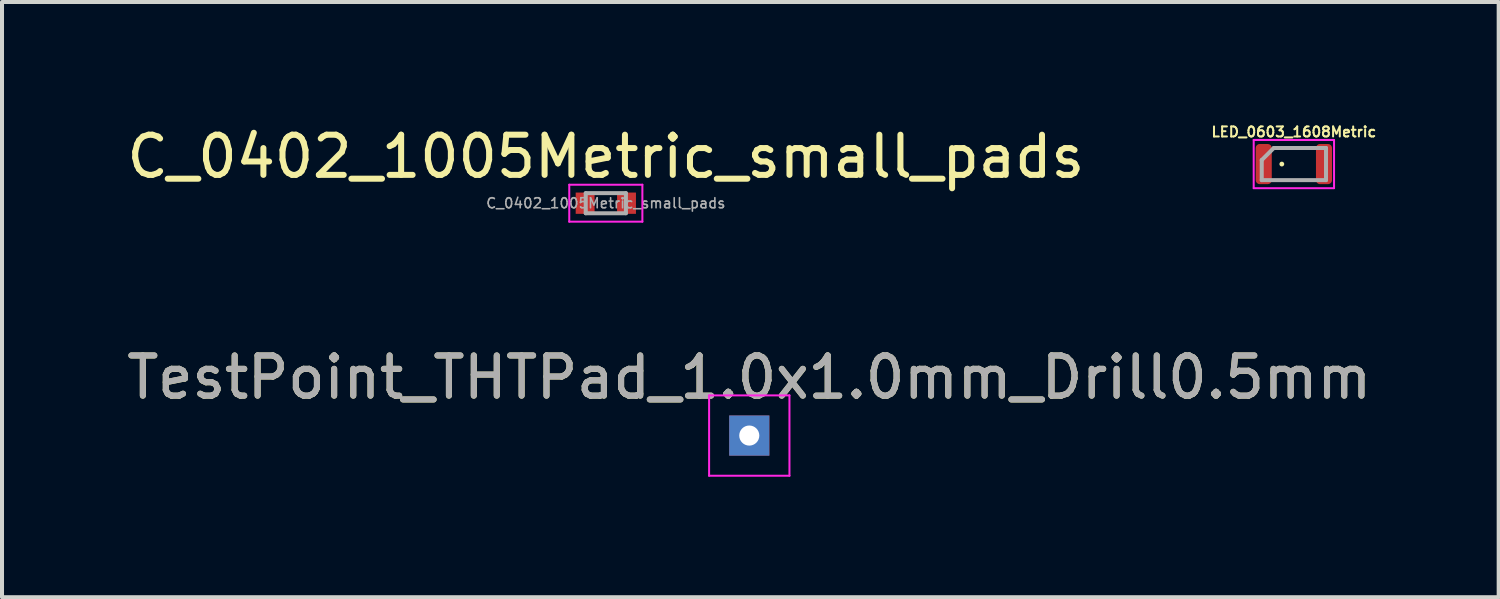
<source format=kicad_pcb>
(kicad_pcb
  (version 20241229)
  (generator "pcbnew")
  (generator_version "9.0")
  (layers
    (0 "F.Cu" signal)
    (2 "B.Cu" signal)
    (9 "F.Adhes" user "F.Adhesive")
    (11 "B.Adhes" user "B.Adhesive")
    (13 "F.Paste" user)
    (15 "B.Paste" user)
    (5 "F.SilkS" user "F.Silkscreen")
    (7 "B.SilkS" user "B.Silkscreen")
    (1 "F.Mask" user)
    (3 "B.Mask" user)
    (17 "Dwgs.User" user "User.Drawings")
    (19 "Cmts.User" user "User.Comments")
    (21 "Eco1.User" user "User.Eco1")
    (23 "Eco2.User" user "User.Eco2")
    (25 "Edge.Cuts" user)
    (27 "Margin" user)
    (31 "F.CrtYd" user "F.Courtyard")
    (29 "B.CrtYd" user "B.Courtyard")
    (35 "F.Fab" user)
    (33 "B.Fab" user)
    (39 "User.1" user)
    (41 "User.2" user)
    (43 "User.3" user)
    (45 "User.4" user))
  (footprint "LED_0603_1608Metric"
    (layer "F.Cu")
    (at 29.157 1.034)
    (property "Reference" "LED_0603_1608Metric" (at 0 -0.8 0) (layer "F.SilkS") (effects (font (size 0.25 0.25) (thickness 0.05) (bold yes))))
    (attr smd)
    (fp_line (start -0.3 0) (end -0.3 0) (stroke (width 0.12) (type solid)) (layer "F.SilkS"))
    (fp_line (start -1 -0.6) (end -1 0.6) (stroke (width 0.05) (type solid)) (layer "F.CrtYd"))
    (fp_line (start -1 -0.6) (end 1 -0.6) (stroke (width 0.05) (type solid)) (layer "F.CrtYd"))
    (fp_line (start 1 -0.6) (end 1 0.6) (stroke (width 0.05) (type solid)) (layer "F.CrtYd"))
    (fp_line (start 1 0.6) (end -1 0.6) (stroke (width 0.05) (type solid)) (layer "F.CrtYd"))
    (fp_line (start -0.8 -0.1) (end -0.8 0.4) (stroke (width 0.1) (type solid)) (layer "F.Fab"))
    (fp_line (start -0.8 0.4) (end 0.8 0.4) (stroke (width 0.1) (type solid)) (layer "F.Fab"))
    (fp_line (start -0.5 -0.4) (end -0.8 -0.1) (stroke (width 0.1) (type solid)) (layer "F.Fab"))
    (fp_line (start 0.8 -0.4) (end -0.5 -0.4) (stroke (width 0.1) (type solid)) (layer "F.Fab"))
    (fp_line (start 0.8 0.4) (end 0.8 -0.4) (stroke (width 0.1) (type solid)) (layer "F.Fab"))
    (pad "1" smd roundrect (at -0.75 0) (size 0.4 1) (layers "F.Cu" "F.Mask" "F.Paste") (roundrect_rratio 0.25))
    (pad "2" smd roundrect (at 0.75 0) (size 0.4 1) (layers "F.Cu" "F.Mask" "F.Paste") (roundrect_rratio 0.25)))
  (footprint "TestPoint_THTPad_1.0x1.0mm_Drill0.5mm"
    (layer "F.Cu")
    (at 15.601 7.792)
    (property "Reference" "TestPoint_THTPad_1.0x1.0mm_Drill0.5mm" (at 0 -1.448 0) (layer "F.SilkS") (effects (font (size 1 1) (thickness 0.15))))
    (attr exclude_from_pos_files exclude_from_bom)
    (fp_line (start -1 -1) (end -1 1) (stroke (width 0.05) (type solid)) (layer "F.CrtYd"))
    (fp_line (start -1 -1) (end 1 -1) (stroke (width 0.05) (type solid)) (layer "F.CrtYd"))
    (fp_line (start 1 1) (end -1 1) (stroke (width 0.05) (type solid)) (layer "F.CrtYd"))
    (fp_line (start 1 1) (end 1 -1) (stroke (width 0.05) (type solid)) (layer "F.CrtYd"))
    (fp_text user "${REFERENCE}" (at 0 -1.45 0) (layer "F.Fab") (effects (font (size 1 1) (thickness 0.15))))
    (pad "1" thru_hole rect (at 0 0) (size 1 1) (drill 0.5) (layers "*.Cu" "*.Mask")))
  (footprint "C_0402_1005Metric_small_pads"
    (layer "F.Cu")
    (at 12.03 2.008)
    (property "Reference" "C_0402_1005Metric_small_pads" (at 0 -1.16 0) (layer "F.SilkS") (effects (font (size 1 1) (thickness 0.15))))
    (attr smd)
    (fp_line (start -0.91 -0.46) (end 0.91 -0.46) (stroke (width 0.05) (type solid)) (layer "F.CrtYd"))
    (fp_line (start -0.91 0.46) (end -0.91 -0.46) (stroke (width 0.05) (type solid)) (layer "F.CrtYd"))
    (fp_line (start 0.91 -0.46) (end 0.91 0.46) (stroke (width 0.05) (type solid)) (layer "F.CrtYd"))
    (fp_line (start 0.91 0.46) (end -0.91 0.46) (stroke (width 0.05) (type solid)) (layer "F.CrtYd"))
    (fp_line (start -0.5 -0.25) (end 0.5 -0.25) (stroke (width 0.1) (type solid)) (layer "F.Fab"))
    (fp_line (start -0.5 0.25) (end -0.5 -0.25) (stroke (width 0.1) (type solid)) (layer "F.Fab"))
    (fp_line (start 0.5 -0.25) (end 0.5 0.25) (stroke (width 0.1) (type solid)) (layer "F.Fab"))
    (fp_line (start 0.5 0.25) (end -0.5 0.25) (stroke (width 0.1) (type solid)) (layer "F.Fab"))
    (fp_text user "${REFERENCE}" (at 0 0 0) (layer "F.Fab") (effects (font (size 0.25 0.25) (thickness 0.04))))
    (pad "1" smd rect (at -0.515 0) (size 0.47 0.53) (layers "F.Cu" "F.Mask" "F.Paste"))
    (pad "2" smd rect (at 0.515 0) (size 0.47 0.53) (layers "F.Cu" "F.Mask" "F.Paste")))
  (gr_rect
    (start -3 -3)
    (end 34.255 11.816)
    (stroke (width 0.1) (type default))
    (fill no)
    (layer "Edge.Cuts")))
</source>
